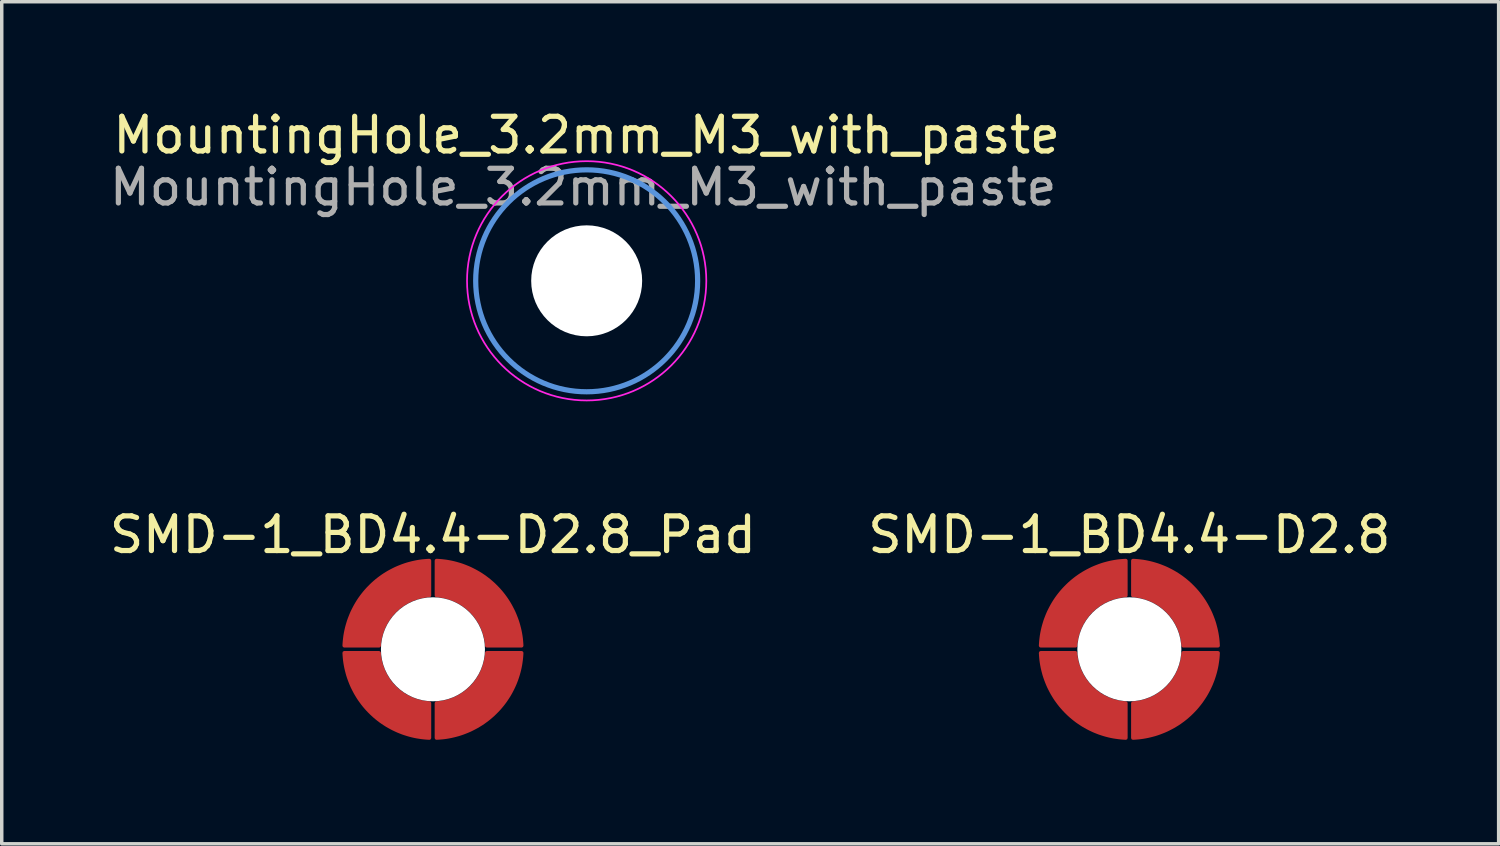
<source format=kicad_pcb>
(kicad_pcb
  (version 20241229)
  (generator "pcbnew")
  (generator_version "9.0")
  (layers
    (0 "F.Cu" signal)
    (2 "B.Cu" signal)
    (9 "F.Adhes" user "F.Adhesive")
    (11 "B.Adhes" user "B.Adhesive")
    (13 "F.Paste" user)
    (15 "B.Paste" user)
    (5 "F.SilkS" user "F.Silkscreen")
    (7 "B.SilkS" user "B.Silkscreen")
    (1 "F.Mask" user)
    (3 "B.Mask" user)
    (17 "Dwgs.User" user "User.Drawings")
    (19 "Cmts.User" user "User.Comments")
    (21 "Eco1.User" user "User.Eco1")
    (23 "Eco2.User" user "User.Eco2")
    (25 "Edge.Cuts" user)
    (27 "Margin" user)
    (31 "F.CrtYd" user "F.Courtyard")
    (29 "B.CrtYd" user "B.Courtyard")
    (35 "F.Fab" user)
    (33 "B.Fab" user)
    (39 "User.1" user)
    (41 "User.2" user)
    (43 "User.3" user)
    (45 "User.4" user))
  (footprint "SMD-1_BD4.4-D2.8"
    (layer "F.Cu")
    (at 29.518 15.674)
    (property "Reference" "SMD-1_BD4.4-D2.8" (at 0 -3.302 0) (layer "F.SilkS") (effects (font (size 1 1) (thickness 0.15))))
    (attr smd)
    (pad "" smd custom (at -1.497 -1.33 90) (size 0.594 0.594) (layers "F.Cu" "F.Mask" "F.Paste") (options (anchor circle)) (primitives (gr_poly (pts (xy 0.22 1.397) (xy 1.23 1.397) (xy 1.226 1.325) (xy 1.22 1.253) (xy 1.213 1.181) (xy 1.203 1.11) (xy 1.191 1.039) (xy 1.177 0.968) (xy 1.161 0.897) (xy 1.143 0.828) (xy 1.124 0.758) (xy 1.102 0.689) (xy 1.078 0.621) (xy 1.052 0.554) (xy 1.025 0.487) (xy 0.996 0.421) (xy 0.964 0.356) (xy 0.931 0.292) (xy 0.897 0.229) (xy 0.86 0.166) (xy 0.822 0.105) (xy 0.782 0.045) (xy 0.74 -0.014) (xy 0.697 -0.071) (xy 0.652 -0.128) (xy 0.605 -0.183) (xy 0.557 -0.237) (xy 0.507 -0.289) (xy 0.456 -0.34) (xy 0.404 -0.39) (xy 0.35 -0.438) (xy 0.295 -0.485) (xy 0.239 -0.529) (xy 0.181 -0.573) (xy 0.122 -0.615) (xy 0.062 -0.655) (xy 0.001 -0.693) (xy -0.061 -0.729) (xy -0.125 -0.764) (xy -0.189 -0.797) (xy -0.254 -0.829) (xy -0.32 -0.858) (xy -0.387 -0.885) (xy -0.454 -0.911) (xy -0.522 -0.935) (xy -0.591 -0.956) (xy -0.66 -0.976) (xy -0.73 -0.994) (xy -0.801 -1.01) (xy -0.872 -1.024) (xy -0.943 -1.036) (xy -1.014 -1.045) (xy -1.086 -1.053) (xy -1.158 -1.059) (xy -1.23 -1.063) (xy -1.23 -0.053) (xy -1.173 -0.048) (xy -1.116 -0.041) (xy -1.059 -0.033) (xy -1.002 -0.022) (xy -0.947 -0.009) (xy -0.891 0.007) (xy -0.836 0.024) (xy -0.782 0.043) (xy -0.729 0.064) (xy -0.676 0.087) (xy -0.624 0.112) (xy -0.574 0.139) (xy -0.524 0.168) (xy -0.475 0.199) (xy -0.428 0.231) (xy -0.382 0.265) (xy -0.337 0.301) (xy -0.293 0.339) (xy -0.251 0.378) (xy -0.211 0.419) (xy -0.172 0.461) (xy -0.134 0.504) (xy -0.098 0.549) (xy -0.064 0.595) (xy -0.032 0.643) (xy -0.001 0.691) (xy 0.028 0.741) (xy 0.055 0.792) (xy 0.08 0.843) (xy 0.103 0.896) (xy 0.124 0.949) (xy 0.143 1.003) (xy 0.161 1.058) (xy 0.176 1.114) (xy 0.189 1.17) (xy 0.2 1.226) (xy 0.209 1.283) (xy 0.215 1.34) (xy 0.22 1.397)) (width 0.1) (fill yes))))
    (pad "" smd custom (at -1.33 1.497 180) (size 0.46 0.46) (layers "F.Cu" "F.Mask" "F.Paste") (options (anchor circle)) (primitives (gr_poly (pts (xy 0.22 1.397) (xy 1.23 1.397) (xy 1.226 1.325) (xy 1.22 1.253) (xy 1.213 1.182) (xy 1.203 1.11) (xy 1.191 1.039) (xy 1.177 0.968) (xy 1.161 0.898) (xy 1.143 0.828) (xy 1.124 0.758) (xy 1.102 0.69) (xy 1.078 0.621) (xy 1.052 0.554) (xy 1.025 0.487) (xy 0.996 0.421) (xy 0.964 0.356) (xy 0.931 0.292) (xy 0.897 0.229) (xy 0.86 0.167) (xy 0.822 0.105) (xy 0.782 0.045) (xy 0.74 -0.013) (xy 0.697 -0.071) (xy 0.652 -0.128) (xy 0.605 -0.183) (xy 0.557 -0.237) (xy 0.507 -0.289) (xy 0.456 -0.34) (xy 0.404 -0.39) (xy 0.35 -0.438) (xy 0.295 -0.484) (xy 0.239 -0.529) (xy 0.181 -0.573) (xy 0.122 -0.614) (xy 0.062 -0.654) (xy 0.001 -0.693) (xy -0.061 -0.729) (xy -0.125 -0.764) (xy -0.189 -0.797) (xy -0.254 -0.828) (xy -0.32 -0.858) (xy -0.387 -0.885) (xy -0.454 -0.911) (xy -0.522 -0.934) (xy -0.591 -0.956) (xy -0.66 -0.976) (xy -0.73 -0.994) (xy -0.801 -1.01) (xy -0.872 -1.024) (xy -0.943 -1.035) (xy -1.014 -1.045) (xy -1.086 -1.053) (xy -1.158 -1.059) (xy -1.23 -1.063) (xy -1.23 -0.053) (xy -1.173 -0.048) (xy -1.116 -0.041) (xy -1.059 -0.032) (xy -1.002 -0.021) (xy -0.947 -0.008) (xy -0.891 0.007) (xy -0.836 0.024) (xy -0.782 0.043) (xy -0.729 0.064) (xy -0.676 0.088) (xy -0.624 0.113) (xy -0.574 0.14) (xy -0.524 0.168) (xy -0.475 0.199) (xy -0.428 0.232) (xy -0.382 0.266) (xy -0.337 0.302) (xy -0.293 0.339) (xy -0.251 0.378) (xy -0.211 0.419) (xy -0.172 0.461) (xy -0.134 0.504) (xy -0.098 0.549) (xy -0.064 0.595) (xy -0.032 0.643) (xy -0.001 0.691) (xy 0.028 0.741) (xy 0.055 0.792) (xy 0.08 0.844) (xy 0.103 0.896) (xy 0.124 0.95) (xy 0.143 1.004) (xy 0.161 1.058) (xy 0.176 1.114) (xy 0.189 1.17) (xy 0.2 1.226) (xy 0.209 1.283) (xy 0.215 1.34) (xy 0.22 1.397)) (width 0.1) (fill yes))))
    (pad "" np_thru_hole circle (at 0 0) (size 3 3) (drill 3) (layers "*.Cu" "*.Mask"))
    (pad "" smd custom (at 1.33 -1.497) (size 0.398 0.398) (layers "F.Cu" "F.Mask" "F.Paste") (options (anchor circle)) (primitives (gr_poly (pts (xy 0.22 1.397) (xy 1.23 1.397) (xy 1.226 1.325) (xy 1.22 1.253) (xy 1.213 1.181) (xy 1.203 1.11) (xy 1.191 1.039) (xy 1.177 0.968) (xy 1.161 0.897) (xy 1.143 0.828) (xy 1.124 0.758) (xy 1.102 0.689) (xy 1.078 0.621) (xy 1.052 0.554) (xy 1.025 0.487) (xy 0.996 0.421) (xy 0.964 0.356) (xy 0.931 0.292) (xy 0.897 0.229) (xy 0.86 0.166) (xy 0.822 0.105) (xy 0.782 0.045) (xy 0.74 -0.014) (xy 0.697 -0.071) (xy 0.652 -0.128) (xy 0.605 -0.183) (xy 0.557 -0.237) (xy 0.507 -0.289) (xy 0.456 -0.34) (xy 0.404 -0.39) (xy 0.35 -0.438) (xy 0.295 -0.485) (xy 0.239 -0.529) (xy 0.181 -0.573) (xy 0.122 -0.615) (xy 0.062 -0.655) (xy 0.001 -0.693) (xy -0.061 -0.729) (xy -0.125 -0.764) (xy -0.189 -0.797) (xy -0.254 -0.829) (xy -0.32 -0.858) (xy -0.387 -0.885) (xy -0.454 -0.911) (xy -0.522 -0.935) (xy -0.591 -0.956) (xy -0.66 -0.976) (xy -0.73 -0.994) (xy -0.801 -1.01) (xy -0.872 -1.024) (xy -0.943 -1.036) (xy -1.014 -1.045) (xy -1.086 -1.053) (xy -1.158 -1.059) (xy -1.23 -1.063) (xy -1.23 -0.053) (xy -1.173 -0.048) (xy -1.116 -0.041) (xy -1.059 -0.033) (xy -1.002 -0.022) (xy -0.947 -0.009) (xy -0.891 0.007) (xy -0.836 0.024) (xy -0.782 0.043) (xy -0.729 0.064) (xy -0.676 0.087) (xy -0.624 0.112) (xy -0.574 0.139) (xy -0.524 0.168) (xy -0.475 0.199) (xy -0.428 0.231) (xy -0.382 0.265) (xy -0.337 0.301) (xy -0.293 0.339) (xy -0.251 0.378) (xy -0.211 0.419) (xy -0.172 0.461) (xy -0.134 0.504) (xy -0.098 0.549) (xy -0.064 0.595) (xy -0.032 0.643) (xy -0.001 0.691) (xy 0.028 0.741) (xy 0.055 0.792) (xy 0.08 0.843) (xy 0.103 0.896) (xy 0.124 0.949) (xy 0.143 1.003) (xy 0.161 1.058) (xy 0.176 1.114) (xy 0.189 1.17) (xy 0.2 1.226) (xy 0.209 1.283) (xy 0.215 1.34) (xy 0.22 1.397)) (width 0.1) (fill yes))))
    (pad "" smd custom (at 1.497 1.33 270) (size 0.606 0.606) (layers "F.Cu" "F.Mask" "F.Paste") (options (anchor circle)) (primitives (gr_poly (pts (xy 0.22 1.397) (xy 1.23 1.397) (xy 1.226 1.325) (xy 1.22 1.253) (xy 1.213 1.182) (xy 1.203 1.11) (xy 1.191 1.039) (xy 1.177 0.968) (xy 1.161 0.898) (xy 1.143 0.828) (xy 1.124 0.758) (xy 1.102 0.69) (xy 1.078 0.621) (xy 1.052 0.554) (xy 1.025 0.487) (xy 0.996 0.421) (xy 0.964 0.356) (xy 0.931 0.292) (xy 0.897 0.229) (xy 0.86 0.167) (xy 0.822 0.105) (xy 0.782 0.045) (xy 0.74 -0.013) (xy 0.697 -0.071) (xy 0.652 -0.128) (xy 0.605 -0.183) (xy 0.557 -0.237) (xy 0.507 -0.289) (xy 0.456 -0.34) (xy 0.404 -0.39) (xy 0.35 -0.438) (xy 0.295 -0.484) (xy 0.239 -0.529) (xy 0.181 -0.573) (xy 0.122 -0.614) (xy 0.062 -0.654) (xy 0.001 -0.693) (xy -0.061 -0.729) (xy -0.125 -0.764) (xy -0.189 -0.797) (xy -0.254 -0.828) (xy -0.32 -0.858) (xy -0.387 -0.885) (xy -0.454 -0.911) (xy -0.522 -0.934) (xy -0.591 -0.956) (xy -0.66 -0.976) (xy -0.73 -0.994) (xy -0.801 -1.01) (xy -0.872 -1.024) (xy -0.943 -1.035) (xy -1.014 -1.045) (xy -1.086 -1.053) (xy -1.158 -1.059) (xy -1.23 -1.063) (xy -1.23 -0.053) (xy -1.173 -0.048) (xy -1.116 -0.041) (xy -1.059 -0.032) (xy -1.002 -0.021) (xy -0.947 -0.008) (xy -0.891 0.007) (xy -0.836 0.024) (xy -0.782 0.043) (xy -0.729 0.064) (xy -0.676 0.088) (xy -0.624 0.113) (xy -0.574 0.14) (xy -0.524 0.168) (xy -0.475 0.199) (xy -0.428 0.232) (xy -0.382 0.266) (xy -0.337 0.302) (xy -0.293 0.339) (xy -0.251 0.378) (xy -0.211 0.419) (xy -0.172 0.461) (xy -0.134 0.504) (xy -0.098 0.549) (xy -0.064 0.595) (xy -0.032 0.643) (xy -0.001 0.691) (xy 0.028 0.741) (xy 0.055 0.792) (xy 0.08 0.844) (xy 0.103 0.896) (xy 0.124 0.95) (xy 0.143 1.004) (xy 0.161 1.058) (xy 0.176 1.114) (xy 0.189 1.17) (xy 0.2 1.226) (xy 0.209 1.283) (xy 0.215 1.34) (xy 0.22 1.397)) (width 0.1) (fill yes)))))
  (footprint "MountingHole_3.2mm_M3_with_paste"
    (layer "F.Cu")
    (at 13.868 5.048)
    (property "Reference" "MountingHole_3.2mm_M3_with_paste" (at 0 -4.2 0) (layer "F.SilkS") (effects (font (size 1 1) (thickness 0.15))))
    (attr exclude_from_pos_files exclude_from_bom)
    (fp_circle (center 0 0) (end 3.2 0) (stroke (width 0.15) (type solid)) (fill no) (layer "Cmts.User"))
    (fp_circle (center 0 0) (end 3.45 0) (stroke (width 0.05) (type solid)) (fill no) (layer "F.CrtYd"))
    (fp_text user "${REFERENCE}" (at -0.1 -2.7 0) (layer "F.Fab") (effects (font (size 1 1) (thickness 0.15))))
    (pad "" np_thru_hole circle (at 0 0) (size 3.2 3.2) (drill 3.2) (layers "*.Cu" "*.Paste" "*.Mask")))
  (footprint "SMD-1_BD4.4-D2.8_Pad"
    (layer "F.Cu")
    (at 9.435 15.674)
    (property "Reference" "SMD-1_BD4.4-D2.8_Pad" (at 0 -3.302 0) (layer "F.SilkS") (effects (font (size 1 1) (thickness 0.15))))
    (attr smd)
    (pad "" np_thru_hole circle (at 0 0) (size 3 3) (drill 3) (layers "*.Cu" "*.Mask"))
    (pad "1" smd custom (at -1.497 -1.33 90) (size 0.594 0.594) (layers "F.Cu" "F.Mask" "F.Paste") (options (anchor circle)) (primitives (gr_poly (pts (xy 0.22 1.397) (xy 1.23 1.397) (xy 1.226 1.325) (xy 1.22 1.253) (xy 1.213 1.181) (xy 1.203 1.11) (xy 1.191 1.039) (xy 1.177 0.968) (xy 1.161 0.897) (xy 1.143 0.828) (xy 1.124 0.758) (xy 1.102 0.689) (xy 1.078 0.621) (xy 1.052 0.554) (xy 1.025 0.487) (xy 0.996 0.421) (xy 0.964 0.356) (xy 0.931 0.292) (xy 0.897 0.229) (xy 0.86 0.166) (xy 0.822 0.105) (xy 0.782 0.045) (xy 0.74 -0.014) (xy 0.697 -0.071) (xy 0.652 -0.128) (xy 0.605 -0.183) (xy 0.557 -0.237) (xy 0.507 -0.289) (xy 0.456 -0.34) (xy 0.404 -0.39) (xy 0.35 -0.438) (xy 0.295 -0.485) (xy 0.239 -0.529) (xy 0.181 -0.573) (xy 0.122 -0.615) (xy 0.062 -0.655) (xy 0.001 -0.693) (xy -0.061 -0.729) (xy -0.125 -0.764) (xy -0.189 -0.797) (xy -0.254 -0.829) (xy -0.32 -0.858) (xy -0.387 -0.885) (xy -0.454 -0.911) (xy -0.522 -0.935) (xy -0.591 -0.956) (xy -0.66 -0.976) (xy -0.73 -0.994) (xy -0.801 -1.01) (xy -0.872 -1.024) (xy -0.943 -1.036) (xy -1.014 -1.045) (xy -1.086 -1.053) (xy -1.158 -1.059) (xy -1.23 -1.063) (xy -1.23 -0.053) (xy -1.173 -0.048) (xy -1.116 -0.041) (xy -1.059 -0.033) (xy -1.002 -0.022) (xy -0.947 -0.009) (xy -0.891 0.007) (xy -0.836 0.024) (xy -0.782 0.043) (xy -0.729 0.064) (xy -0.676 0.087) (xy -0.624 0.112) (xy -0.574 0.139) (xy -0.524 0.168) (xy -0.475 0.199) (xy -0.428 0.231) (xy -0.382 0.265) (xy -0.337 0.301) (xy -0.293 0.339) (xy -0.251 0.378) (xy -0.211 0.419) (xy -0.172 0.461) (xy -0.134 0.504) (xy -0.098 0.549) (xy -0.064 0.595) (xy -0.032 0.643) (xy -0.001 0.691) (xy 0.028 0.741) (xy 0.055 0.792) (xy 0.08 0.843) (xy 0.103 0.896) (xy 0.124 0.949) (xy 0.143 1.003) (xy 0.161 1.058) (xy 0.176 1.114) (xy 0.189 1.17) (xy 0.2 1.226) (xy 0.209 1.283) (xy 0.215 1.34) (xy 0.22 1.397)) (width 0.1) (fill yes))))
    (pad "1" smd custom (at -1.33 1.497 180) (size 0.46 0.46) (layers "F.Cu" "F.Mask" "F.Paste") (options (anchor circle)) (primitives (gr_poly (pts (xy 0.22 1.397) (xy 1.23 1.397) (xy 1.226 1.325) (xy 1.22 1.253) (xy 1.213 1.182) (xy 1.203 1.11) (xy 1.191 1.039) (xy 1.177 0.968) (xy 1.161 0.898) (xy 1.143 0.828) (xy 1.124 0.758) (xy 1.102 0.69) (xy 1.078 0.621) (xy 1.052 0.554) (xy 1.025 0.487) (xy 0.996 0.421) (xy 0.964 0.356) (xy 0.931 0.292) (xy 0.897 0.229) (xy 0.86 0.167) (xy 0.822 0.105) (xy 0.782 0.045) (xy 0.74 -0.013) (xy 0.697 -0.071) (xy 0.652 -0.128) (xy 0.605 -0.183) (xy 0.557 -0.237) (xy 0.507 -0.289) (xy 0.456 -0.34) (xy 0.404 -0.39) (xy 0.35 -0.438) (xy 0.295 -0.484) (xy 0.239 -0.529) (xy 0.181 -0.573) (xy 0.122 -0.614) (xy 0.062 -0.654) (xy 0.001 -0.693) (xy -0.061 -0.729) (xy -0.125 -0.764) (xy -0.189 -0.797) (xy -0.254 -0.828) (xy -0.32 -0.858) (xy -0.387 -0.885) (xy -0.454 -0.911) (xy -0.522 -0.934) (xy -0.591 -0.956) (xy -0.66 -0.976) (xy -0.73 -0.994) (xy -0.801 -1.01) (xy -0.872 -1.024) (xy -0.943 -1.035) (xy -1.014 -1.045) (xy -1.086 -1.053) (xy -1.158 -1.059) (xy -1.23 -1.063) (xy -1.23 -0.053) (xy -1.173 -0.048) (xy -1.116 -0.041) (xy -1.059 -0.032) (xy -1.002 -0.021) (xy -0.947 -0.008) (xy -0.891 0.007) (xy -0.836 0.024) (xy -0.782 0.043) (xy -0.729 0.064) (xy -0.676 0.088) (xy -0.624 0.113) (xy -0.574 0.14) (xy -0.524 0.168) (xy -0.475 0.199) (xy -0.428 0.232) (xy -0.382 0.266) (xy -0.337 0.302) (xy -0.293 0.339) (xy -0.251 0.378) (xy -0.211 0.419) (xy -0.172 0.461) (xy -0.134 0.504) (xy -0.098 0.549) (xy -0.064 0.595) (xy -0.032 0.643) (xy -0.001 0.691) (xy 0.028 0.741) (xy 0.055 0.792) (xy 0.08 0.844) (xy 0.103 0.896) (xy 0.124 0.95) (xy 0.143 1.004) (xy 0.161 1.058) (xy 0.176 1.114) (xy 0.189 1.17) (xy 0.2 1.226) (xy 0.209 1.283) (xy 0.215 1.34) (xy 0.22 1.397)) (width 0.1) (fill yes))))
    (pad "1" smd custom (at 1.33 -1.497) (size 0.398 0.398) (layers "F.Cu" "F.Mask" "F.Paste") (options (anchor circle)) (primitives (gr_poly (pts (xy 0.22 1.397) (xy 1.23 1.397) (xy 1.226 1.325) (xy 1.22 1.253) (xy 1.213 1.181) (xy 1.203 1.11) (xy 1.191 1.039) (xy 1.177 0.968) (xy 1.161 0.897) (xy 1.143 0.828) (xy 1.124 0.758) (xy 1.102 0.689) (xy 1.078 0.621) (xy 1.052 0.554) (xy 1.025 0.487) (xy 0.996 0.421) (xy 0.964 0.356) (xy 0.931 0.292) (xy 0.897 0.229) (xy 0.86 0.166) (xy 0.822 0.105) (xy 0.782 0.045) (xy 0.74 -0.014) (xy 0.697 -0.071) (xy 0.652 -0.128) (xy 0.605 -0.183) (xy 0.557 -0.237) (xy 0.507 -0.289) (xy 0.456 -0.34) (xy 0.404 -0.39) (xy 0.35 -0.438) (xy 0.295 -0.485) (xy 0.239 -0.529) (xy 0.181 -0.573) (xy 0.122 -0.615) (xy 0.062 -0.655) (xy 0.001 -0.693) (xy -0.061 -0.729) (xy -0.125 -0.764) (xy -0.189 -0.797) (xy -0.254 -0.829) (xy -0.32 -0.858) (xy -0.387 -0.885) (xy -0.454 -0.911) (xy -0.522 -0.935) (xy -0.591 -0.956) (xy -0.66 -0.976) (xy -0.73 -0.994) (xy -0.801 -1.01) (xy -0.872 -1.024) (xy -0.943 -1.036) (xy -1.014 -1.045) (xy -1.086 -1.053) (xy -1.158 -1.059) (xy -1.23 -1.063) (xy -1.23 -0.053) (xy -1.173 -0.048) (xy -1.116 -0.041) (xy -1.059 -0.033) (xy -1.002 -0.022) (xy -0.947 -0.009) (xy -0.891 0.007) (xy -0.836 0.024) (xy -0.782 0.043) (xy -0.729 0.064) (xy -0.676 0.087) (xy -0.624 0.112) (xy -0.574 0.139) (xy -0.524 0.168) (xy -0.475 0.199) (xy -0.428 0.231) (xy -0.382 0.265) (xy -0.337 0.301) (xy -0.293 0.339) (xy -0.251 0.378) (xy -0.211 0.419) (xy -0.172 0.461) (xy -0.134 0.504) (xy -0.098 0.549) (xy -0.064 0.595) (xy -0.032 0.643) (xy -0.001 0.691) (xy 0.028 0.741) (xy 0.055 0.792) (xy 0.08 0.843) (xy 0.103 0.896) (xy 0.124 0.949) (xy 0.143 1.003) (xy 0.161 1.058) (xy 0.176 1.114) (xy 0.189 1.17) (xy 0.2 1.226) (xy 0.209 1.283) (xy 0.215 1.34) (xy 0.22 1.397)) (width 0.1) (fill yes))))
    (pad "1" smd custom (at 1.497 1.33 270) (size 0.606 0.606) (layers "F.Cu" "F.Mask" "F.Paste") (options (anchor circle)) (primitives (gr_poly (pts (xy 0.22 1.397) (xy 1.23 1.397) (xy 1.226 1.325) (xy 1.22 1.253) (xy 1.213 1.182) (xy 1.203 1.11) (xy 1.191 1.039) (xy 1.177 0.968) (xy 1.161 0.898) (xy 1.143 0.828) (xy 1.124 0.758) (xy 1.102 0.69) (xy 1.078 0.621) (xy 1.052 0.554) (xy 1.025 0.487) (xy 0.996 0.421) (xy 0.964 0.356) (xy 0.931 0.292) (xy 0.897 0.229) (xy 0.86 0.167) (xy 0.822 0.105) (xy 0.782 0.045) (xy 0.74 -0.013) (xy 0.697 -0.071) (xy 0.652 -0.128) (xy 0.605 -0.183) (xy 0.557 -0.237) (xy 0.507 -0.289) (xy 0.456 -0.34) (xy 0.404 -0.39) (xy 0.35 -0.438) (xy 0.295 -0.484) (xy 0.239 -0.529) (xy 0.181 -0.573) (xy 0.122 -0.614) (xy 0.062 -0.654) (xy 0.001 -0.693) (xy -0.061 -0.729) (xy -0.125 -0.764) (xy -0.189 -0.797) (xy -0.254 -0.828) (xy -0.32 -0.858) (xy -0.387 -0.885) (xy -0.454 -0.911) (xy -0.522 -0.934) (xy -0.591 -0.956) (xy -0.66 -0.976) (xy -0.73 -0.994) (xy -0.801 -1.01) (xy -0.872 -1.024) (xy -0.943 -1.035) (xy -1.014 -1.045) (xy -1.086 -1.053) (xy -1.158 -1.059) (xy -1.23 -1.063) (xy -1.23 -0.053) (xy -1.173 -0.048) (xy -1.116 -0.041) (xy -1.059 -0.032) (xy -1.002 -0.021) (xy -0.947 -0.008) (xy -0.891 0.007) (xy -0.836 0.024) (xy -0.782 0.043) (xy -0.729 0.064) (xy -0.676 0.088) (xy -0.624 0.113) (xy -0.574 0.14) (xy -0.524 0.168) (xy -0.475 0.199) (xy -0.428 0.232) (xy -0.382 0.266) (xy -0.337 0.302) (xy -0.293 0.339) (xy -0.251 0.378) (xy -0.211 0.419) (xy -0.172 0.461) (xy -0.134 0.504) (xy -0.098 0.549) (xy -0.064 0.595) (xy -0.032 0.643) (xy -0.001 0.691) (xy 0.028 0.741) (xy 0.055 0.792) (xy 0.08 0.844) (xy 0.103 0.896) (xy 0.124 0.95) (xy 0.143 1.004) (xy 0.161 1.058) (xy 0.176 1.114) (xy 0.189 1.17) (xy 0.2 1.226) (xy 0.209 1.283) (xy 0.215 1.34) (xy 0.22 1.397)) (width 0.1) (fill yes)))))
  (gr_rect
    (start -3 -3)
    (end 40.167 21.284)
    (stroke (width 0.1) (type default))
    (fill no)
    (layer "Edge.Cuts")))
</source>
